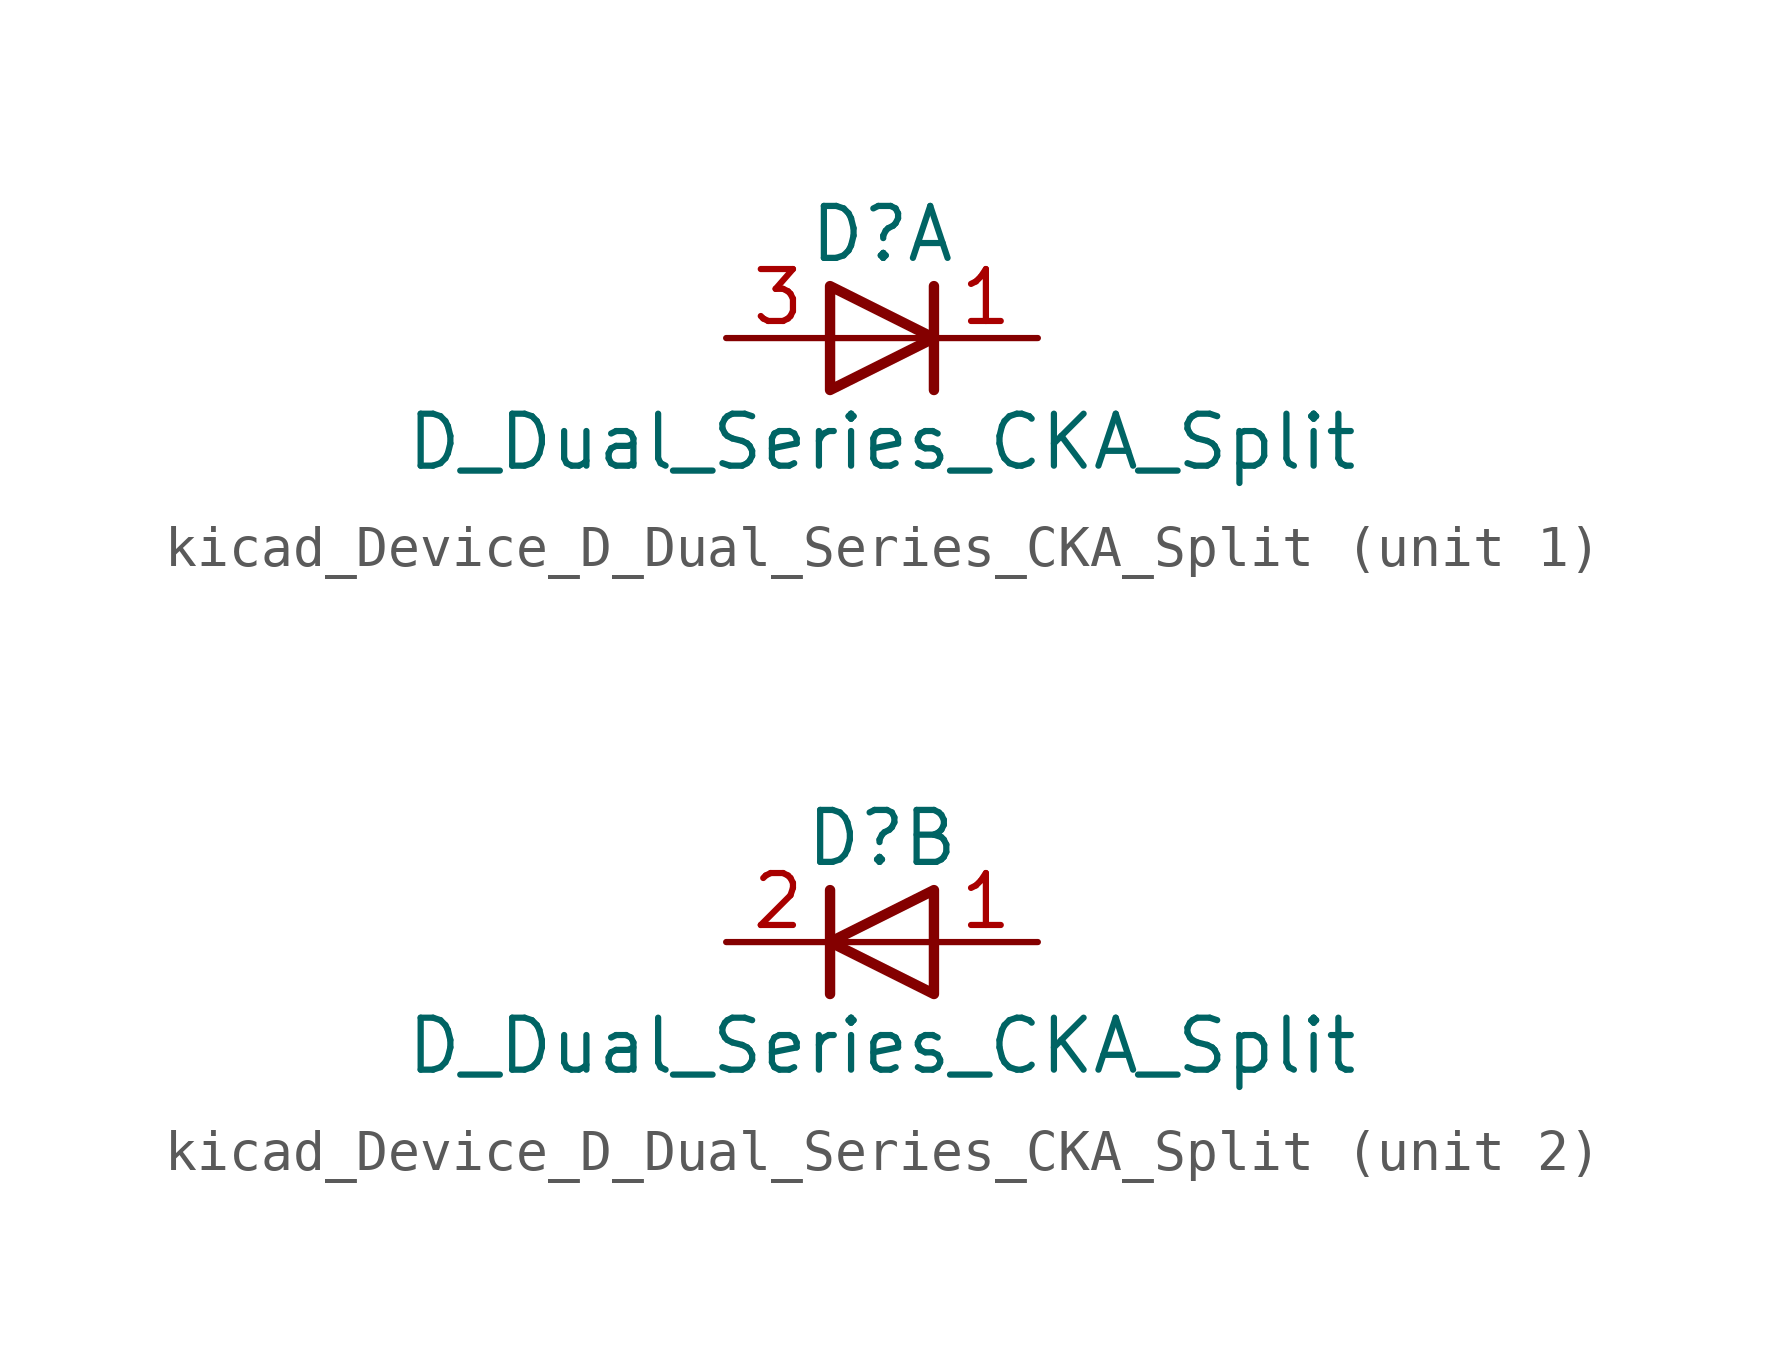
<source format=kicad_sym>
(kicad_symbol_lib
  (version 20220914)
  (generator kicad_symbol_editor)
  (symbol "kicad_Device_D_Dual_Series_CKA_Split"
    (pin_names
      (offset 0.762) hide)
    (property "Reference" "D"
      (at 0 2.54 0)
      (effects (font (size 1.27 1.27))))
    (property "Value" "D_Dual_Series_CKA_Split"
      (at 0 -2.54 0)
      (effects (font (size 1.27 1.27))))
    (property "ki_locked" ""
      (at 0 0 0)
      (effects (font (size 1.27 1.27))))
    (symbol "kicad_Device_D_Dual_Series_CKA_Split_0_1"
      (pin passive line (at 3.81 0 180) (length 2.54) (name "K" (effects (font (size 1.27 1.27)))) (number "1" (effects (font (size 1.27 1.27))))))
    (symbol "kicad_Device_D_Dual_Series_CKA_Split_1_0"
      (polyline (pts (xy 1.27 1.27) (xy 1.27 -1.27)) (stroke (width 0.254) (type default)) (fill (type none))))
    (symbol "kicad_Device_D_Dual_Series_CKA_Split_1_1"
      (polyline (pts (xy 1.27 0) (xy -1.27 0)) (stroke (width 0) (type default)) (fill (type none)))
      (polyline (pts (xy -1.27 1.27) (xy 1.27 0) (xy -1.27 -1.27) (xy -1.27 1.27) (xy -1.27 1.27) (xy -1.27 1.27)) (stroke (width 0.254) (type default)) (fill (type none)))
      (pin passive line (at -3.81 0 0) (length 2.54) (name "A" (effects (font (size 1.27 1.27)))) (number "3" (effects (font (size 1.27 1.27))))))
    (symbol "kicad_Device_D_Dual_Series_CKA_Split_2_0"
      (polyline (pts (xy -1.27 1.27) (xy -1.27 -1.27)) (stroke (width 0.254) (type default)) (fill (type none))))
    (symbol "kicad_Device_D_Dual_Series_CKA_Split_2_1"
      (polyline (pts (xy -1.27 0) (xy 1.27 0)) (stroke (width 0) (type default)) (fill (type none)))
      (polyline (pts (xy 1.27 1.27) (xy -1.27 0) (xy 1.27 -1.27) (xy 1.27 1.27) (xy 1.27 1.27) (xy 1.27 1.27)) (stroke (width 0.254) (type default)) (fill (type none)))
      (pin passive line (at -3.81 0 0) (length 2.54) (name "K" (effects (font (size 1.27 1.27)))) (number "2" (effects (font (size 1.27 1.27))))))))
</source>
